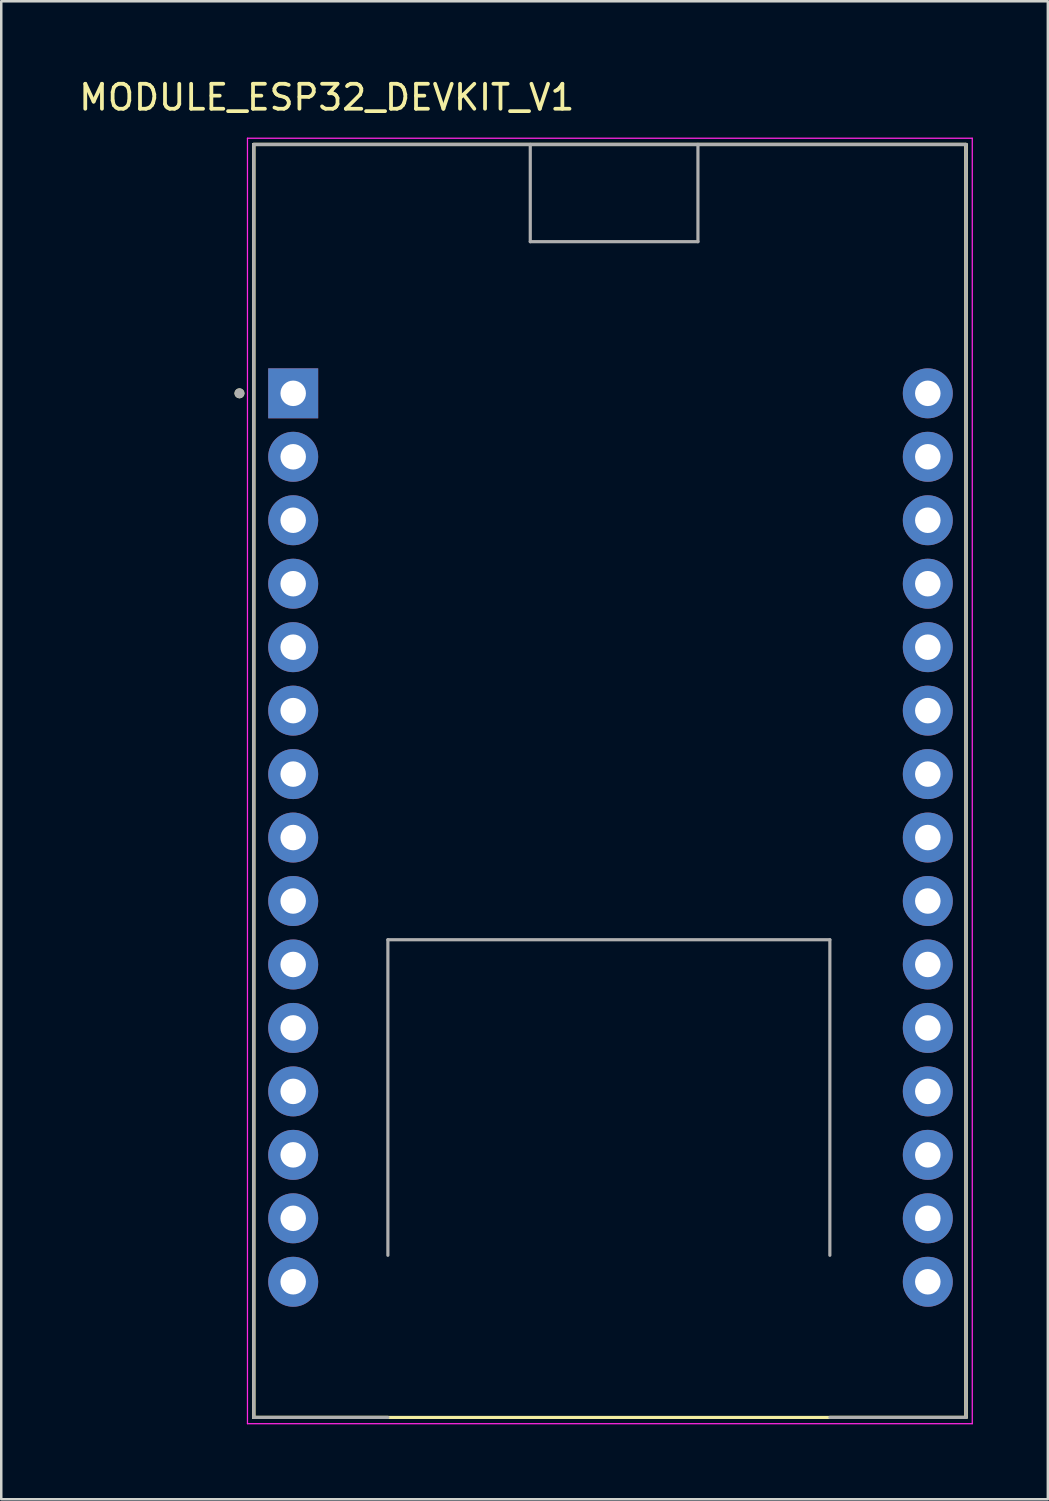
<source format=kicad_pcb>
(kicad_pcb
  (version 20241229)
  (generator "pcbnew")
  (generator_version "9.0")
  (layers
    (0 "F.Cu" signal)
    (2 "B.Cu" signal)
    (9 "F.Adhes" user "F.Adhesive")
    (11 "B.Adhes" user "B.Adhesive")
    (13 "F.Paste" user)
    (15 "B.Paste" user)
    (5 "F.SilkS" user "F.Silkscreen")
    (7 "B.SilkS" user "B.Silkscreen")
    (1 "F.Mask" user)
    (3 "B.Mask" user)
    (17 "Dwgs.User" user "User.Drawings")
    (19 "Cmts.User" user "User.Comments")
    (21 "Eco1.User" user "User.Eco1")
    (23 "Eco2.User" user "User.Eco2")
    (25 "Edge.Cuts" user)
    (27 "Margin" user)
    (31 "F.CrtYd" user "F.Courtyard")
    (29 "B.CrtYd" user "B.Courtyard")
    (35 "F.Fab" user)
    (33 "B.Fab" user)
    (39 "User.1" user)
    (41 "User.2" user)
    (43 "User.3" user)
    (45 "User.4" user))
  (footprint "MODULE_ESP32_DEVKIT_V1"
    (layer "F.Cu")
    (at 21.385 28.208)
    (property "Reference" "MODULE_ESP32_DEVKIT_V1" (at -11.355 -27.36 0) (layer "F.SilkS") (effects (font (size 1 1) (thickness 0.15))))
    (attr through_hole)
    (fp_line (start -14.28 -25.475) (end -3.211 -25.475) (stroke (width 0.127) (type solid)) (layer "F.SilkS"))
    (fp_line (start -14.28 -25.475) (end 14.23 -25.475) (stroke (width 0.127) (type solid)) (layer "F.SilkS"))
    (fp_line (start -14.28 25.475) (end -14.28 -25.475) (stroke (width 0.127) (type solid)) (layer "F.SilkS"))
    (fp_line (start -14.28 25.475) (end -14.28 -25.475) (stroke (width 0.127) (type solid)) (layer "F.SilkS"))
    (fp_line (start -14.28 25.475) (end -8.91 25.475) (stroke (width 0.127) (type solid)) (layer "F.SilkS"))
    (fp_line (start -3.211 -25.475) (end 3.5 -25.475) (stroke (width 0.127) (type solid)) (layer "F.SilkS"))
    (fp_line (start 3.5 -25.475) (end 14.23 -25.475) (stroke (width 0.127) (type solid)) (layer "F.SilkS"))
    (fp_line (start 8.78 25.475) (end 14.23 25.475) (stroke (width 0.127) (type solid)) (layer "F.SilkS"))
    (fp_line (start 14.23 -25.475) (end 14.23 25.475) (stroke (width 0.127) (type solid)) (layer "F.SilkS"))
    (fp_line (start 14.23 -25.475) (end 14.23 25.475) (stroke (width 0.127) (type solid)) (layer "F.SilkS"))
    (fp_line (start 14.23 25.475) (end -14.28 25.475) (stroke (width 0.127) (type solid)) (layer "F.SilkS"))
    (fp_circle (center -14.85 -15.515) (end -14.75 -15.515) (stroke (width 0.2) (type solid)) (fill no) (layer "F.SilkS"))
    (fp_line (start -14.53 -25.725) (end -14.53 25.725) (stroke (width 0.05) (type solid)) (layer "F.CrtYd"))
    (fp_line (start -14.53 25.725) (end 14.48 25.725) (stroke (width 0.05) (type solid)) (layer "F.CrtYd"))
    (fp_line (start 14.48 -25.725) (end -14.53 -25.725) (stroke (width 0.05) (type solid)) (layer "F.CrtYd"))
    (fp_line (start 14.48 25.725) (end 14.48 -25.725) (stroke (width 0.05) (type solid)) (layer "F.CrtYd"))
    (fp_line (start -14.28 -25.475) (end -3.211 -25.475) (stroke (width 0.127) (type solid)) (layer "F.Fab"))
    (fp_line (start -14.28 25.475) (end -14.28 -25.475) (stroke (width 0.127) (type solid)) (layer "F.Fab"))
    (fp_line (start -14.28 25.475) (end -8.91 25.475) (stroke (width 0.127) (type solid)) (layer "F.Fab"))
    (fp_line (start -8.91 6.355) (end 8.78 6.355) (stroke (width 0.127) (type solid)) (layer "F.Fab"))
    (fp_line (start -8.91 18.985) (end -8.91 6.355) (stroke (width 0.127) (type solid)) (layer "F.Fab"))
    (fp_line (start -3.211 -25.475) (end 3.5 -25.475) (stroke (width 0.127) (type solid)) (layer "F.Fab"))
    (fp_line (start -3.211 -21.585) (end -3.211 -25.475) (stroke (width 0.127) (type solid)) (layer "F.Fab"))
    (fp_line (start 3.5 -25.475) (end 3.5 -21.585) (stroke (width 0.127) (type solid)) (layer "F.Fab"))
    (fp_line (start 3.5 -25.475) (end 14.23 -25.475) (stroke (width 0.127) (type solid)) (layer "F.Fab"))
    (fp_line (start 3.5 -21.585) (end -3.211 -21.585) (stroke (width 0.127) (type solid)) (layer "F.Fab"))
    (fp_line (start 8.78 6.355) (end 8.78 18.985) (stroke (width 0.127) (type solid)) (layer "F.Fab"))
    (fp_line (start 8.78 25.475) (end 14.23 25.475) (stroke (width 0.127) (type solid)) (layer "F.Fab"))
    (fp_line (start 14.23 -25.475) (end 14.23 25.475) (stroke (width 0.127) (type solid)) (layer "F.Fab"))
    (fp_circle (center -14.85 -15.515) (end -14.75 -15.515) (stroke (width 0.2) (type solid)) (fill no) (layer "F.Fab"))
    (pad "1" thru_hole rect (at -12.7 -15.515) (size 2 2) (drill 1.02) (layers "*.Cu" "*.Mask"))
    (pad "2" thru_hole circle (at -12.7 -12.975) (size 2 2) (drill 1.02) (layers "*.Cu" "*.Mask"))
    (pad "3" thru_hole circle (at -12.7 -10.435) (size 2 2) (drill 1.02) (layers "*.Cu" "*.Mask"))
    (pad "4" thru_hole circle (at -12.7 -7.895) (size 2 2) (drill 1.02) (layers "*.Cu" "*.Mask"))
    (pad "5" thru_hole circle (at -12.7 -5.355) (size 2 2) (drill 1.02) (layers "*.Cu" "*.Mask"))
    (pad "6" thru_hole circle (at -12.7 -2.815) (size 2 2) (drill 1.02) (layers "*.Cu" "*.Mask"))
    (pad "7" thru_hole circle (at -12.7 -0.275) (size 2 2) (drill 1.02) (layers "*.Cu" "*.Mask"))
    (pad "8" thru_hole circle (at -12.7 2.265) (size 2 2) (drill 1.02) (layers "*.Cu" "*.Mask"))
    (pad "9" thru_hole circle (at -12.7 4.805) (size 2 2) (drill 1.02) (layers "*.Cu" "*.Mask"))
    (pad "10" thru_hole circle (at -12.7 7.345) (size 2 2) (drill 1.02) (layers "*.Cu" "*.Mask"))
    (pad "11" thru_hole circle (at -12.7 9.885) (size 2 2) (drill 1.02) (layers "*.Cu" "*.Mask"))
    (pad "12" thru_hole circle (at -12.7 12.425) (size 2 2) (drill 1.02) (layers "*.Cu" "*.Mask"))
    (pad "13" thru_hole circle (at -12.7 14.965) (size 2 2) (drill 1.02) (layers "*.Cu" "*.Mask"))
    (pad "14" thru_hole circle (at -12.7 17.505) (size 2 2) (drill 1.02) (layers "*.Cu" "*.Mask"))
    (pad "15" thru_hole circle (at -12.7 20.045) (size 2 2) (drill 1.02) (layers "*.Cu" "*.Mask"))
    (pad "16" thru_hole circle (at 12.7 20.045) (size 2 2) (drill 1.02) (layers "*.Cu" "*.Mask"))
    (pad "17" thru_hole circle (at 12.7 17.505) (size 2 2) (drill 1.02) (layers "*.Cu" "*.Mask"))
    (pad "18" thru_hole circle (at 12.7 14.965) (size 2 2) (drill 1.02) (layers "*.Cu" "*.Mask"))
    (pad "19" thru_hole circle (at 12.7 12.425) (size 2 2) (drill 1.02) (layers "*.Cu" "*.Mask"))
    (pad "20" thru_hole circle (at 12.7 9.885) (size 2 2) (drill 1.02) (layers "*.Cu" "*.Mask"))
    (pad "21" thru_hole circle (at 12.7 7.345) (size 2 2) (drill 1.02) (layers "*.Cu" "*.Mask"))
    (pad "22" thru_hole circle (at 12.7 4.805) (size 2 2) (drill 1.02) (layers "*.Cu" "*.Mask"))
    (pad "23" thru_hole circle (at 12.7 2.265) (size 2 2) (drill 1.02) (layers "*.Cu" "*.Mask"))
    (pad "24" thru_hole circle (at 12.7 -0.275) (size 2 2) (drill 1.02) (layers "*.Cu" "*.Mask"))
    (pad "25" thru_hole circle (at 12.7 -2.815) (size 2 2) (drill 1.02) (layers "*.Cu" "*.Mask"))
    (pad "26" thru_hole circle (at 12.7 -5.355) (size 2 2) (drill 1.02) (layers "*.Cu" "*.Mask"))
    (pad "27" thru_hole circle (at 12.7 -7.895) (size 2 2) (drill 1.02) (layers "*.Cu" "*.Mask"))
    (pad "28" thru_hole circle (at 12.7 -10.435) (size 2 2) (drill 1.02) (layers "*.Cu" "*.Mask"))
    (pad "29" thru_hole circle (at 12.7 -12.975) (size 2 2) (drill 1.02) (layers "*.Cu" "*.Mask"))
    (pad "30" thru_hole circle (at 12.7 -15.515) (size 2 2) (drill 1.02) (layers "*.Cu" "*.Mask")))
  (gr_rect
    (start -3 -3)
    (end 38.89 56.958)
    (stroke (width 0.1) (type default))
    (fill no)
    (layer "Edge.Cuts")))
</source>
